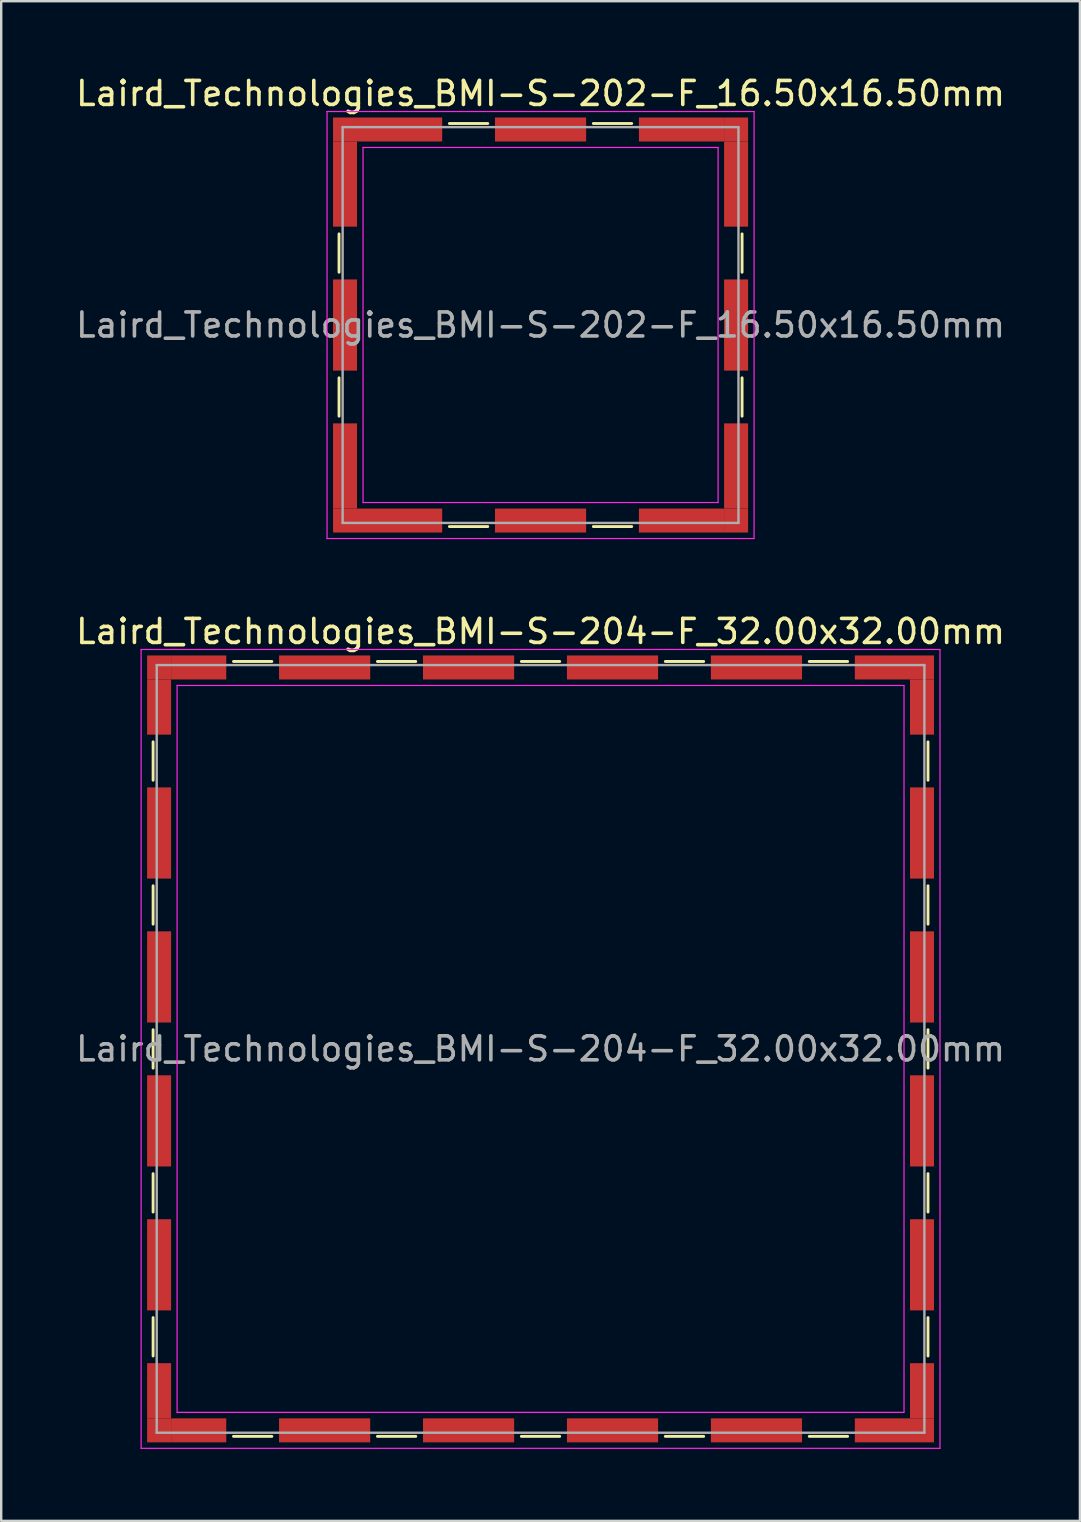
<source format=kicad_pcb>
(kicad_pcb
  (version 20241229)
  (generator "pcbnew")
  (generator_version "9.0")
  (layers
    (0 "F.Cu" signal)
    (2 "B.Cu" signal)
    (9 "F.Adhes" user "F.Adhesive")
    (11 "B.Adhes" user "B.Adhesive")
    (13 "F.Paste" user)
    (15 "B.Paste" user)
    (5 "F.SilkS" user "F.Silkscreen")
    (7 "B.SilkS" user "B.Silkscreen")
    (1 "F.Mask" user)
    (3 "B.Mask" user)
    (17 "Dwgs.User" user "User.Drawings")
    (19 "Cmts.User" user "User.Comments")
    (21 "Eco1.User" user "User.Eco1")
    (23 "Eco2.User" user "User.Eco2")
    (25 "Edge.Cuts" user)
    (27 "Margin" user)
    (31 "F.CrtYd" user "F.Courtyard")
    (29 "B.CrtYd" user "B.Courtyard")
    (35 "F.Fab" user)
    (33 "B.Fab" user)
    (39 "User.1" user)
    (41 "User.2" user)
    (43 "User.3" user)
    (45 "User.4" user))
  (footprint "Laird_Technologies_BMI-S-204-F_32.00x32.00mm"
    (layer "F.Cu")
    (at 19.482 40.672)
    (property "Reference" "Laird_Technologies_BMI-S-204-F_32.00x32.00mm" (at 0 -17.4 0) (layer "F.SilkS") (effects (font (size 1 1) (thickness 0.15))))
    (attr smd)
    (fp_line (start -16.15 -12.8) (end -16.15 -11.2) (stroke (width 0.12) (type solid)) (layer "F.SilkS"))
    (fp_line (start -16.15 -6.8) (end -16.15 -5.2) (stroke (width 0.12) (type solid)) (layer "F.SilkS"))
    (fp_line (start -16.15 -0.8) (end -16.15 0.8) (stroke (width 0.12) (type solid)) (layer "F.SilkS"))
    (fp_line (start -16.15 5.2) (end -16.15 6.8) (stroke (width 0.12) (type solid)) (layer "F.SilkS"))
    (fp_line (start -16.15 11.2) (end -16.15 12.8) (stroke (width 0.12) (type solid)) (layer "F.SilkS"))
    (fp_line (start -12.8 -16.15) (end -11.2 -16.15) (stroke (width 0.12) (type solid)) (layer "F.SilkS"))
    (fp_line (start -12.8 16.15) (end -11.2 16.15) (stroke (width 0.12) (type solid)) (layer "F.SilkS"))
    (fp_line (start -6.8 -16.15) (end -5.2 -16.15) (stroke (width 0.12) (type solid)) (layer "F.SilkS"))
    (fp_line (start -6.8 16.15) (end -5.2 16.15) (stroke (width 0.12) (type solid)) (layer "F.SilkS"))
    (fp_line (start -0.8 -16.15) (end 0.8 -16.15) (stroke (width 0.12) (type solid)) (layer "F.SilkS"))
    (fp_line (start -0.8 16.15) (end 0.8 16.15) (stroke (width 0.12) (type solid)) (layer "F.SilkS"))
    (fp_line (start 5.2 -16.15) (end 6.8 -16.15) (stroke (width 0.12) (type solid)) (layer "F.SilkS"))
    (fp_line (start 5.2 16.15) (end 6.8 16.15) (stroke (width 0.12) (type solid)) (layer "F.SilkS"))
    (fp_line (start 11.2 -16.15) (end 12.8 -16.15) (stroke (width 0.12) (type solid)) (layer "F.SilkS"))
    (fp_line (start 11.2 16.15) (end 12.8 16.15) (stroke (width 0.12) (type solid)) (layer "F.SilkS"))
    (fp_line (start 16.15 -12.8) (end 16.15 -11.2) (stroke (width 0.12) (type solid)) (layer "F.SilkS"))
    (fp_line (start 16.15 -6.8) (end 16.15 -5.2) (stroke (width 0.12) (type solid)) (layer "F.SilkS"))
    (fp_line (start 16.15 -0.8) (end 16.15 0.8) (stroke (width 0.12) (type solid)) (layer "F.SilkS"))
    (fp_line (start 16.15 5.2) (end 16.15 6.8) (stroke (width 0.12) (type solid)) (layer "F.SilkS"))
    (fp_line (start 16.15 11.2) (end 16.15 12.8) (stroke (width 0.12) (type solid)) (layer "F.SilkS"))
    (fp_line (start -16.65 -16.65) (end -16.65 16.65) (stroke (width 0.05) (type solid)) (layer "F.CrtYd"))
    (fp_line (start -16.65 16.65) (end 16.65 16.65) (stroke (width 0.05) (type solid)) (layer "F.CrtYd"))
    (fp_line (start -15.15 -15.15) (end -15.15 15.15) (stroke (width 0.05) (type solid)) (layer "F.CrtYd"))
    (fp_line (start 15.15 -15.15) (end -15.15 -15.15) (stroke (width 0.05) (type solid)) (layer "F.CrtYd"))
    (fp_line (start 15.15 -15.15) (end 15.15 15.15) (stroke (width 0.05) (type solid)) (layer "F.CrtYd"))
    (fp_line (start 15.15 15.15) (end -15.15 15.15) (stroke (width 0.05) (type solid)) (layer "F.CrtYd"))
    (fp_line (start 16.65 -16.65) (end -16.65 -16.65) (stroke (width 0.05) (type solid)) (layer "F.CrtYd"))
    (fp_line (start 16.65 16.65) (end 16.65 -16.65) (stroke (width 0.05) (type solid)) (layer "F.CrtYd"))
    (fp_line (start -16 -16) (end -16 16) (stroke (width 0.1) (type solid)) (layer "F.Fab"))
    (fp_line (start -16 16) (end 16 16) (stroke (width 0.1) (type solid)) (layer "F.Fab"))
    (fp_line (start 16 -16) (end -16 -16) (stroke (width 0.1) (type solid)) (layer "F.Fab"))
    (fp_line (start 16 16) (end 16 -16) (stroke (width 0.1) (type solid)) (layer "F.Fab"))
    (fp_text user "${REFERENCE}" (at 0 0 0) (layer "F.Fab") (effects (font (size 1 1) (thickness 0.15))))
    (pad "1" smd rect (at -15.9 -15.9) (size 1 1) (layers "F.Cu" "F.Mask" "F.Paste"))
    (pad "1" smd rect (at -15.9 -14.25) (size 1 2.3) (layers "F.Cu" "F.Mask" "F.Paste"))
    (pad "1" smd rect (at -15.9 -9) (size 1 3.8) (layers "F.Cu" "F.Mask" "F.Paste"))
    (pad "1" smd rect (at -15.9 -3) (size 1 3.8) (layers "F.Cu" "F.Mask" "F.Paste"))
    (pad "1" smd rect (at -15.9 3) (size 1 3.8) (layers "F.Cu" "F.Mask" "F.Paste"))
    (pad "1" smd rect (at -15.9 9) (size 1 3.8) (layers "F.Cu" "F.Mask" "F.Paste"))
    (pad "1" smd rect (at -15.9 14.25) (size 1 2.3) (layers "F.Cu" "F.Mask" "F.Paste"))
    (pad "1" smd rect (at -15.9 15.9) (size 1 1) (layers "F.Cu" "F.Mask" "F.Paste"))
    (pad "1" smd rect (at -14.25 -15.9) (size 2.3 1) (layers "F.Cu" "F.Mask" "F.Paste"))
    (pad "1" smd rect (at -14.25 15.9) (size 2.3 1) (layers "F.Cu" "F.Mask" "F.Paste"))
    (pad "1" smd rect (at -9 -15.9) (size 3.8 1) (layers "F.Cu" "F.Mask" "F.Paste"))
    (pad "1" smd rect (at -9 15.9) (size 3.8 1) (layers "F.Cu" "F.Mask" "F.Paste"))
    (pad "1" smd rect (at -3 -15.9) (size 3.8 1) (layers "F.Cu" "F.Mask" "F.Paste"))
    (pad "1" smd rect (at -3 15.9) (size 3.8 1) (layers "F.Cu" "F.Mask" "F.Paste"))
    (pad "1" smd rect (at 3 -15.9) (size 3.8 1) (layers "F.Cu" "F.Mask" "F.Paste"))
    (pad "1" smd rect (at 3 15.9) (size 3.8 1) (layers "F.Cu" "F.Mask" "F.Paste"))
    (pad "1" smd rect (at 9 -15.9) (size 3.8 1) (layers "F.Cu" "F.Mask" "F.Paste"))
    (pad "1" smd rect (at 9 15.9) (size 3.8 1) (layers "F.Cu" "F.Mask" "F.Paste"))
    (pad "1" smd rect (at 14.25 -15.9) (size 2.3 1) (layers "F.Cu" "F.Mask" "F.Paste"))
    (pad "1" smd rect (at 14.25 15.9) (size 2.3 1) (layers "F.Cu" "F.Mask" "F.Paste"))
    (pad "1" smd rect (at 15.9 -15.9) (size 1 1) (layers "F.Cu" "F.Mask" "F.Paste"))
    (pad "1" smd rect (at 15.9 -14.25) (size 1 2.3) (layers "F.Cu" "F.Mask" "F.Paste"))
    (pad "1" smd rect (at 15.9 -9) (size 1 3.8) (layers "F.Cu" "F.Mask" "F.Paste"))
    (pad "1" smd rect (at 15.9 -3) (size 1 3.8) (layers "F.Cu" "F.Mask" "F.Paste"))
    (pad "1" smd rect (at 15.9 3) (size 1 3.8) (layers "F.Cu" "F.Mask" "F.Paste"))
    (pad "1" smd rect (at 15.9 9) (size 1 3.8) (layers "F.Cu" "F.Mask" "F.Paste"))
    (pad "1" smd rect (at 15.9 14.25) (size 1 2.3) (layers "F.Cu" "F.Mask" "F.Paste"))
    (pad "1" smd rect (at 15.9 15.9) (size 1 1) (layers "F.Cu" "F.Mask" "F.Paste")))
  (footprint "Laird_Technologies_BMI-S-202-F_16.50x16.50mm"
    (layer "F.Cu")
    (at 19.482 10.498)
    (property "Reference" "Laird_Technologies_BMI-S-202-F_16.50x16.50mm" (at 0 -9.65 0) (layer "F.SilkS") (effects (font (size 1 1) (thickness 0.15))))
    (attr smd)
    (fp_line (start -8.4 -3.8) (end -8.4 -2.2) (stroke (width 0.12) (type solid)) (layer "F.SilkS"))
    (fp_line (start -8.4 2.2) (end -8.4 3.8) (stroke (width 0.12) (type solid)) (layer "F.SilkS"))
    (fp_line (start -3.8 -8.4) (end -2.2 -8.4) (stroke (width 0.12) (type solid)) (layer "F.SilkS"))
    (fp_line (start -3.8 8.4) (end -2.2 8.4) (stroke (width 0.12) (type solid)) (layer "F.SilkS"))
    (fp_line (start 2.2 -8.4) (end 3.8 -8.4) (stroke (width 0.12) (type solid)) (layer "F.SilkS"))
    (fp_line (start 2.2 8.4) (end 3.8 8.4) (stroke (width 0.12) (type solid)) (layer "F.SilkS"))
    (fp_line (start 8.4 -3.8) (end 8.4 -2.2) (stroke (width 0.12) (type solid)) (layer "F.SilkS"))
    (fp_line (start 8.4 2.2) (end 8.4 3.8) (stroke (width 0.12) (type solid)) (layer "F.SilkS"))
    (fp_line (start -8.9 -8.9) (end -8.9 8.9) (stroke (width 0.05) (type solid)) (layer "F.CrtYd"))
    (fp_line (start -8.9 8.9) (end 8.9 8.9) (stroke (width 0.05) (type solid)) (layer "F.CrtYd"))
    (fp_line (start -7.4 -7.4) (end -7.4 7.4) (stroke (width 0.05) (type solid)) (layer "F.CrtYd"))
    (fp_line (start 7.4 -7.4) (end -7.4 -7.4) (stroke (width 0.05) (type solid)) (layer "F.CrtYd"))
    (fp_line (start 7.4 -7.4) (end 7.4 7.4) (stroke (width 0.05) (type solid)) (layer "F.CrtYd"))
    (fp_line (start 7.4 7.4) (end -7.4 7.4) (stroke (width 0.05) (type solid)) (layer "F.CrtYd"))
    (fp_line (start 8.9 -8.9) (end -8.9 -8.9) (stroke (width 0.05) (type solid)) (layer "F.CrtYd"))
    (fp_line (start 8.9 8.9) (end 8.9 -8.9) (stroke (width 0.05) (type solid)) (layer "F.CrtYd"))
    (fp_line (start -8.25 -8.25) (end -8.25 8.25) (stroke (width 0.1) (type solid)) (layer "F.Fab"))
    (fp_line (start -8.25 8.25) (end 8.25 8.25) (stroke (width 0.1) (type solid)) (layer "F.Fab"))
    (fp_line (start 8.25 -8.25) (end -8.25 -8.25) (stroke (width 0.1) (type solid)) (layer "F.Fab"))
    (fp_line (start 8.25 8.25) (end 8.25 -8.25) (stroke (width 0.1) (type solid)) (layer "F.Fab"))
    (fp_text user "${REFERENCE}" (at 0 0 0) (layer "F.Fab") (effects (font (size 1 1) (thickness 0.15))))
    (pad "1" smd rect (at -8.15 -8.15) (size 1 1) (layers "F.Cu" "F.Mask" "F.Paste"))
    (pad "1" smd rect (at -8.15 -5.875) (size 1 3.55) (layers "F.Cu" "F.Mask" "F.Paste"))
    (pad "1" smd rect (at -8.15 0) (size 1 3.8) (layers "F.Cu" "F.Mask" "F.Paste"))
    (pad "1" smd rect (at -8.15 5.875) (size 1 3.55) (layers "F.Cu" "F.Mask" "F.Paste"))
    (pad "1" smd rect (at -8.15 8.15) (size 1 1) (layers "F.Cu" "F.Mask" "F.Paste"))
    (pad "1" smd rect (at -5.875 -8.15) (size 3.55 1) (layers "F.Cu" "F.Mask" "F.Paste"))
    (pad "1" smd rect (at -5.875 8.15) (size 3.55 1) (layers "F.Cu" "F.Mask" "F.Paste"))
    (pad "1" smd rect (at 0 -8.15) (size 3.8 1) (layers "F.Cu" "F.Mask" "F.Paste"))
    (pad "1" smd rect (at 0 8.15) (size 3.8 1) (layers "F.Cu" "F.Mask" "F.Paste"))
    (pad "1" smd rect (at 5.875 -8.15) (size 3.55 1) (layers "F.Cu" "F.Mask" "F.Paste"))
    (pad "1" smd rect (at 5.875 8.15) (size 3.55 1) (layers "F.Cu" "F.Mask" "F.Paste"))
    (pad "1" smd rect (at 8.15 -8.15) (size 1 1) (layers "F.Cu" "F.Mask" "F.Paste"))
    (pad "1" smd rect (at 8.15 -5.875) (size 1 3.55) (layers "F.Cu" "F.Mask" "F.Paste"))
    (pad "1" smd rect (at 8.15 0) (size 1 3.8) (layers "F.Cu" "F.Mask" "F.Paste"))
    (pad "1" smd rect (at 8.15 5.875) (size 1 3.55) (layers "F.Cu" "F.Mask" "F.Paste"))
    (pad "1" smd rect (at 8.15 8.15) (size 1 1) (layers "F.Cu" "F.Mask" "F.Paste")))
  (gr_rect
    (start -3 -3)
    (end 41.964 60.346)
    (stroke (width 0.1) (type default))
    (fill no)
    (layer "Edge.Cuts")))
</source>
